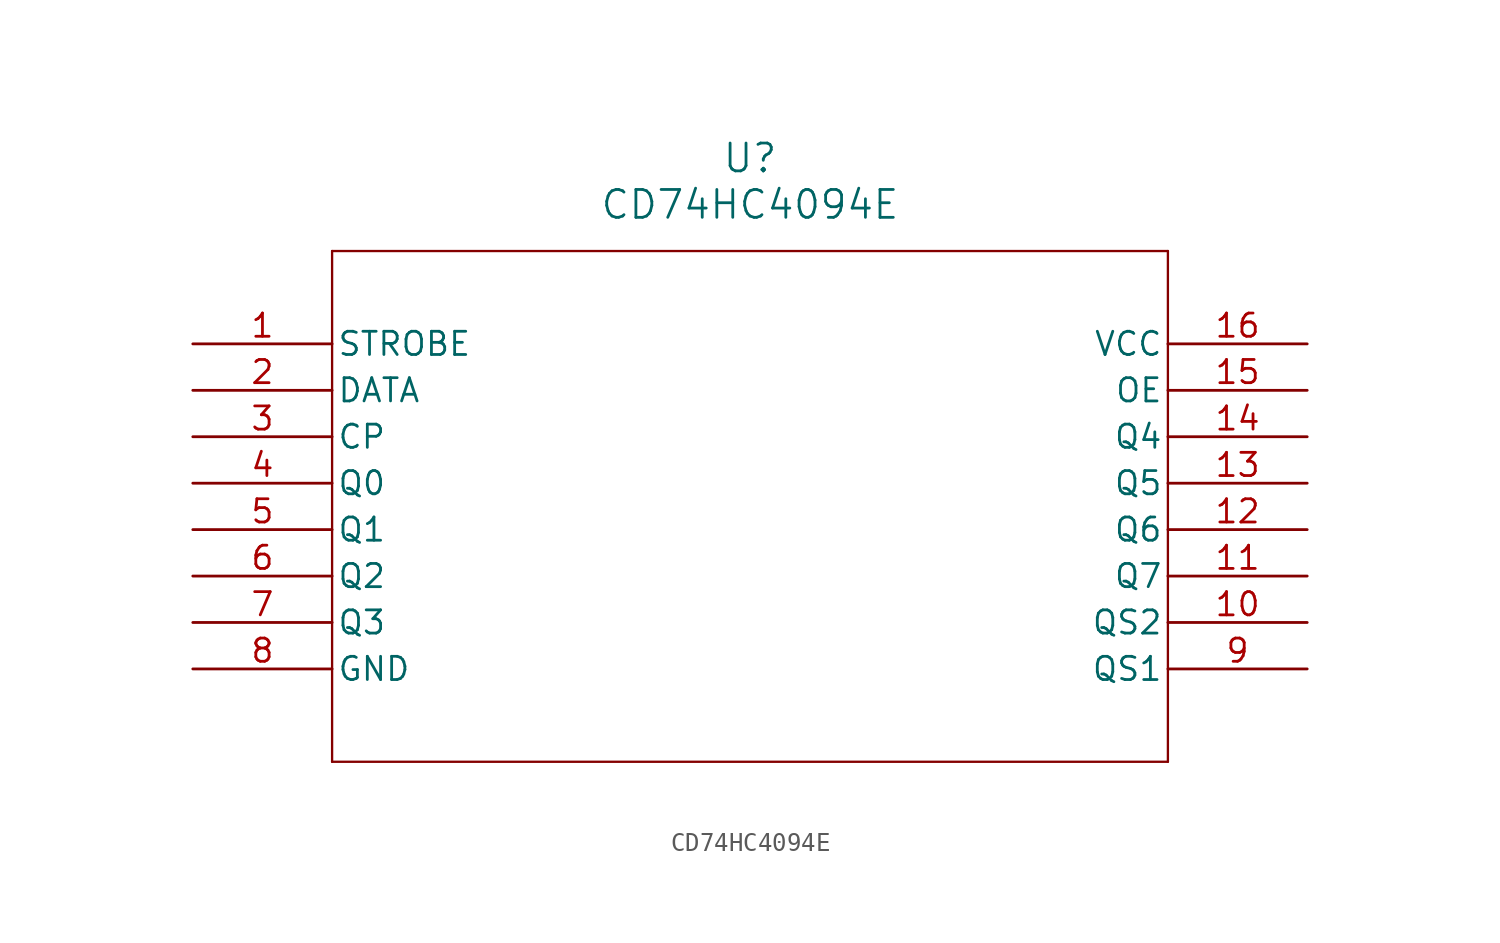
<source format=kicad_sym>
(kicad_symbol_lib
  (version 20241209)
  (generator "kicad_symbol_editor")
  (generator_version "9.0")
  (symbol "CD74HC4094E"
    (pin_names
      (offset 0.254))
    (property "Reference" "U"
      (at 30.48 10.16 0)
      (effects (font (size 1.524 1.524))))
    (property "Value" "CD74HC4094E"
      (at 30.48 7.62 0)
      (effects (font (size 1.524 1.524))))
    (property "ki_locked" ""
      (at 0 0 0)
      (effects (font (size 1.27 1.27))))
    (symbol "CD74HC4094E_0_1"
      (polyline (pts (xy 7.62 5.08) (xy 7.62 -22.86)) (stroke (width 0.127) (type default)) (fill (type none)))
      (polyline (pts (xy 7.62 -22.86) (xy 53.34 -22.86)) (stroke (width 0.127) (type default)) (fill (type none)))
      (polyline (pts (xy 53.34 5.08) (xy 7.62 5.08)) (stroke (width 0.127) (type default)) (fill (type none)))
      (polyline (pts (xy 53.34 -22.86) (xy 53.34 5.08)) (stroke (width 0.127) (type default)) (fill (type none)))
      (pin unspecified line (at 0 0 0) (length 7.62) (name "STROBE" (effects (font (size 1.27 1.27)))) (number "1" (effects (font (size 1.27 1.27)))))
      (pin unspecified line (at 0 -2.54 0) (length 7.62) (name "DATA" (effects (font (size 1.27 1.27)))) (number "2" (effects (font (size 1.27 1.27)))))
      (pin unspecified line (at 0 -5.08 0) (length 7.62) (name "CP" (effects (font (size 1.27 1.27)))) (number "3" (effects (font (size 1.27 1.27)))))
      (pin output line (at 0 -7.62 0) (length 7.62) (name "Q0" (effects (font (size 1.27 1.27)))) (number "4" (effects (font (size 1.27 1.27)))))
      (pin output line (at 0 -10.16 0) (length 7.62) (name "Q1" (effects (font (size 1.27 1.27)))) (number "5" (effects (font (size 1.27 1.27)))))
      (pin output line (at 0 -12.7 0) (length 7.62) (name "Q2" (effects (font (size 1.27 1.27)))) (number "6" (effects (font (size 1.27 1.27)))))
      (pin output line (at 0 -15.24 0) (length 7.62) (name "Q3" (effects (font (size 1.27 1.27)))) (number "7" (effects (font (size 1.27 1.27)))))
      (pin power_in line (at 0 -17.78 0) (length 7.62) (name "GND" (effects (font (size 1.27 1.27)))) (number "8" (effects (font (size 1.27 1.27)))))
      (pin power_in line (at 60.96 0 180) (length 7.62) (name "VCC" (effects (font (size 1.27 1.27)))) (number "16" (effects (font (size 1.27 1.27)))))
      (pin input line (at 60.96 -2.54 180) (length 7.62) (name "OE" (effects (font (size 1.27 1.27)))) (number "15" (effects (font (size 1.27 1.27)))))
      (pin output line (at 60.96 -5.08 180) (length 7.62) (name "Q4" (effects (font (size 1.27 1.27)))) (number "14" (effects (font (size 1.27 1.27)))))
      (pin output line (at 60.96 -7.62 180) (length 7.62) (name "Q5" (effects (font (size 1.27 1.27)))) (number "13" (effects (font (size 1.27 1.27)))))
      (pin output line (at 60.96 -10.16 180) (length 7.62) (name "Q6" (effects (font (size 1.27 1.27)))) (number "12" (effects (font (size 1.27 1.27)))))
      (pin output line (at 60.96 -12.7 180) (length 7.62) (name "Q7" (effects (font (size 1.27 1.27)))) (number "11" (effects (font (size 1.27 1.27)))))
      (pin output line (at 60.96 -15.24 180) (length 7.62) (name "QS2" (effects (font (size 1.27 1.27)))) (number "10" (effects (font (size 1.27 1.27)))))
      (pin output line (at 60.96 -17.78 180) (length 7.62) (name "QS1" (effects (font (size 1.27 1.27)))) (number "9" (effects (font (size 1.27 1.27))))))))
</source>
